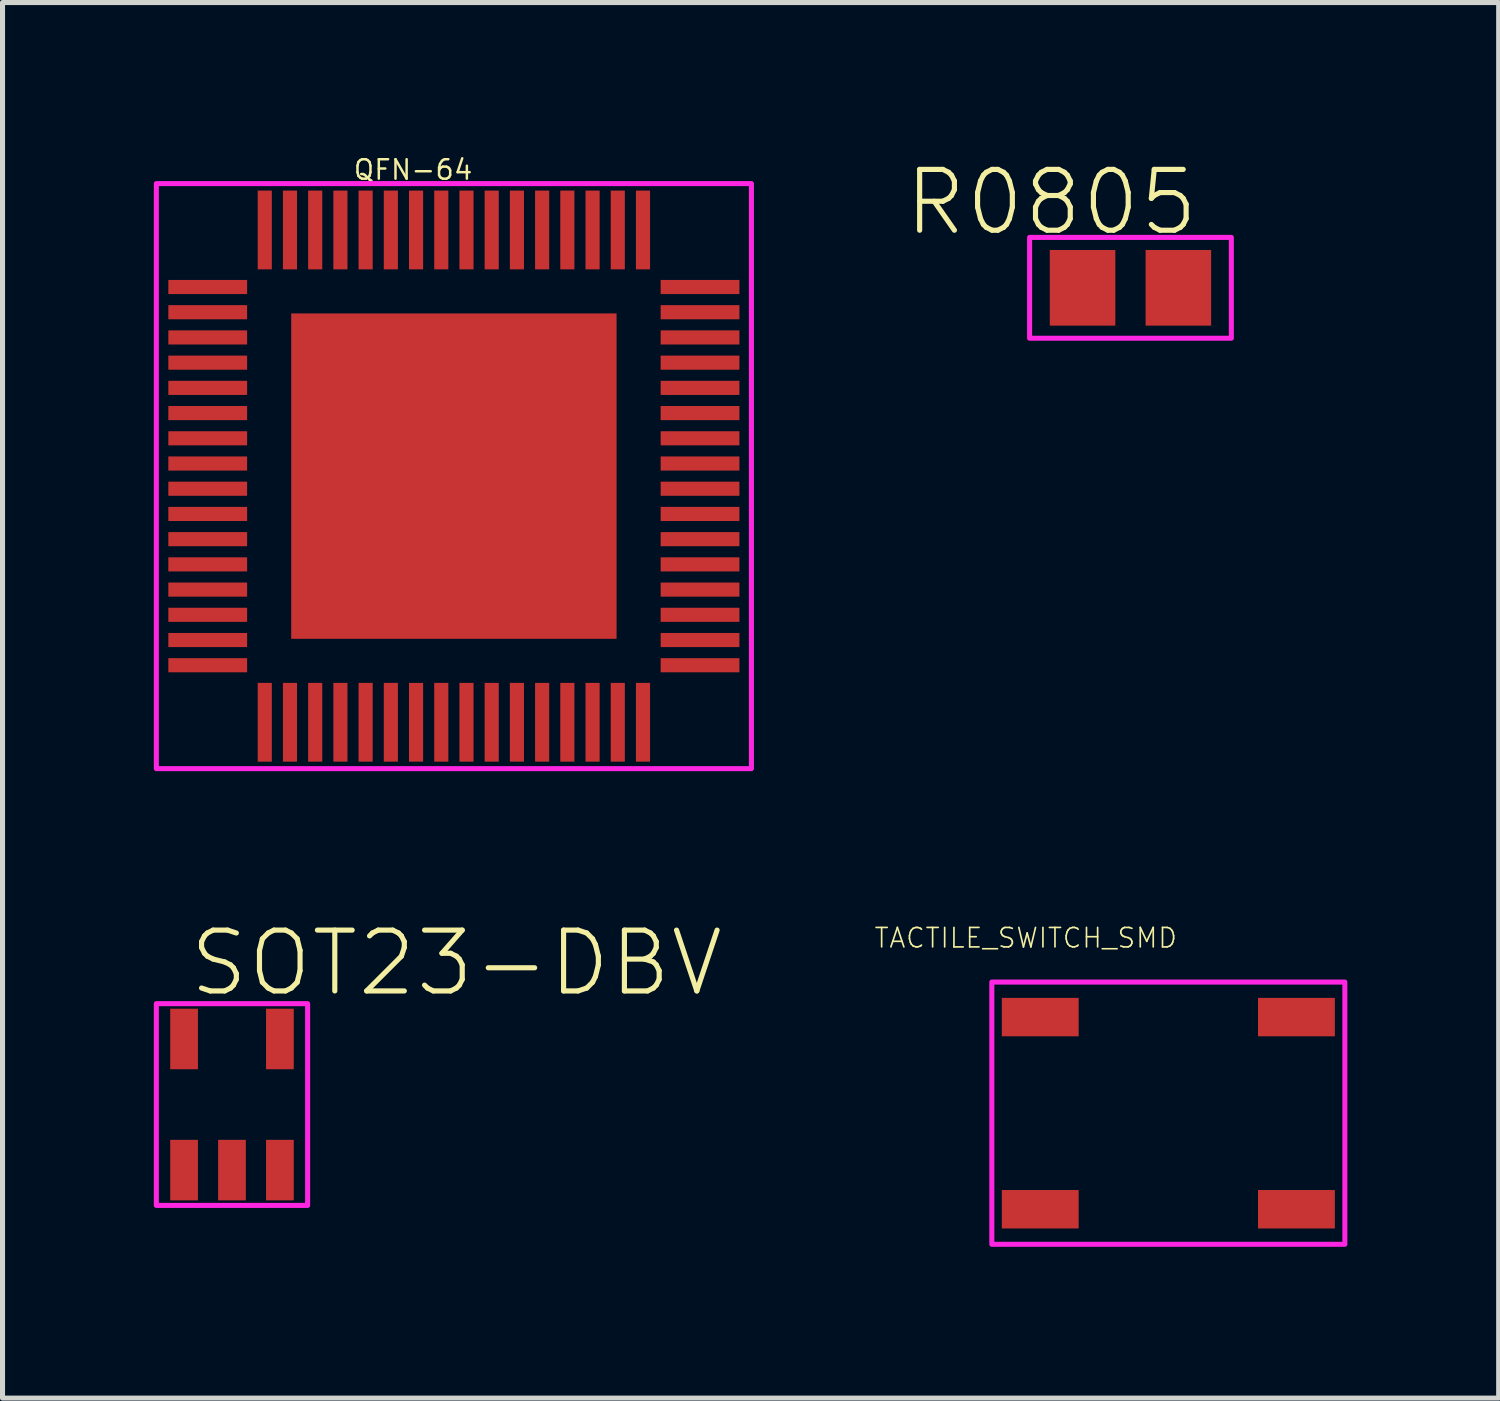
<source format=kicad_pcb>
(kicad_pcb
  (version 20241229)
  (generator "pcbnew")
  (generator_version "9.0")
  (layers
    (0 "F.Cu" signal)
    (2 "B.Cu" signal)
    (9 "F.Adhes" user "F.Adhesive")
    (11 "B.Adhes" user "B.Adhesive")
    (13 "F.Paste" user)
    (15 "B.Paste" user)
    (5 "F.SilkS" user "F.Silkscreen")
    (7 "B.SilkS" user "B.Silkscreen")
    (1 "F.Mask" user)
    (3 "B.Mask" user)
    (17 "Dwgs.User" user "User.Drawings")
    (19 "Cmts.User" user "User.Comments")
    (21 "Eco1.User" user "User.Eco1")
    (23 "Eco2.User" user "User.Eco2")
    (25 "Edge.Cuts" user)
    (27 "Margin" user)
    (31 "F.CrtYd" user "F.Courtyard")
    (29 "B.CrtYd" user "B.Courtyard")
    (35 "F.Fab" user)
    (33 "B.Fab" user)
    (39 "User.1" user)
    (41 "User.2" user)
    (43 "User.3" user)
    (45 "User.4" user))
  (footprint "SOT23-DBV"
    (layer "F.Cu")
    (at 1.55 18.852)
    (property "Reference" "SOT23-DBV" (at -0.9 -2.1 0) (layer "F.SilkS") (effects (font (size 1.206 1.206) (thickness 0.102)) (justify left bottom)))
    (attr through_hole)
    (fp_poly (pts (xy -1.5 -2) (xy 1.5 -2) (xy 1.5 2) (xy -1.5 2)) (stroke (width 0.1) (type solid)) (fill no) (layer "F.CrtYd"))
    (pad "1" smd rect (at -0.95 1.3) (size 0.55 1.2) (layers "F.Cu" "F.Mask" "F.Paste"))
    (pad "2" smd rect (at 0 1.3) (size 0.55 1.2) (layers "F.Cu" "F.Mask" "F.Paste"))
    (pad "3" smd rect (at 0.95 1.3) (size 0.55 1.2) (layers "F.Cu" "F.Mask" "F.Paste"))
    (pad "4" smd rect (at 0.95 -1.3) (size 0.55 1.2) (layers "F.Cu" "F.Mask" "F.Paste"))
    (pad "5" smd rect (at -0.95 -1.3) (size 0.55 1.2) (layers "F.Cu" "F.Mask" "F.Paste")))
  (footprint "TACTILE_SWITCH_SMD"
    (layer "F.Cu")
    (at 20.117 19.023)
    (property "Reference" "TACTILE_SWITCH_SMD" (at 0.2 -3.7 0) (layer "F.SilkS") (effects (font (size 0.386 0.386) (thickness 0.033)) (justify right top)))
    (attr through_hole)
    (fp_poly (pts (xy -3.5 -2.6) (xy 3.5 -2.6) (xy 3.5 2.6) (xy -3.5 2.6)) (stroke (width 0.1) (type solid)) (fill no) (layer "F.CrtYd"))
    (pad "1" smd rect (at -2.54 -1.905 90) (size 0.762 1.524) (layers "F.Cu" "F.Mask" "F.Paste"))
    (pad "2" smd rect (at 2.54 -1.905 90) (size 0.762 1.524) (layers "F.Cu" "F.Mask" "F.Paste"))
    (pad "3" smd rect (at -2.54 1.905 90) (size 0.762 1.524) (layers "F.Cu" "F.Mask" "F.Paste"))
    (pad "4" smd rect (at 2.54 1.905 90) (size 0.762 1.524) (layers "F.Cu" "F.Mask" "F.Paste")))
  (footprint "R0805"
    (layer "F.Cu")
    (at 19.366 2.657)
    (property "Reference" "R0805" (at 1.4 -2.4 0) (layer "F.SilkS") (effects (font (size 1.206 1.206) (thickness 0.102)) (justify right top)))
    (attr through_hole)
    (fp_poly (pts (xy -2 -1) (xy 2 -1) (xy 2 1) (xy -2 1)) (stroke (width 0.1) (type solid)) (fill no) (layer "F.CrtYd"))
    (pad "1" smd rect (at -0.95 0) (size 1.3 1.5) (layers "F.Cu" "F.Mask" "F.Paste"))
    (pad "2" smd rect (at 0.95 0) (size 1.3 1.5) (layers "F.Cu" "F.Mask" "F.Paste")))
  (footprint "QFN-64"
    (layer "F.Cu")
    (at 5.95 6.391)
    (property "Reference" "QFN-64" (at 0.4 -6.3 0) (layer "F.SilkS") (effects (font (size 0.386 0.386) (thickness 0.049)) (justify right top)))
    (attr through_hole)
    (fp_poly (pts (xy -3.3 -1.5) (xy -1.5 -1.5) (xy -1.5 -3.3) (xy -3.3 -3.3)) (stroke (width 0) (type solid)) (fill yes) (layer "F.Paste"))
    (fp_poly (pts (xy -3.3 1) (xy -1.5 1) (xy -1.5 -1) (xy -3.3 -1)) (stroke (width 0) (type solid)) (fill yes) (layer "F.Paste"))
    (fp_poly (pts (xy -3.3 3.3) (xy -1.5 3.3) (xy -1.5 1.5) (xy -3.3 1.5)) (stroke (width 0) (type solid)) (fill yes) (layer "F.Paste"))
    (fp_poly (pts (xy -1 -1.5) (xy 1 -1.5) (xy 1 -3.3) (xy -1 -3.3)) (stroke (width 0) (type solid)) (fill yes) (layer "F.Paste"))
    (fp_poly (pts (xy -1 1) (xy 1 1) (xy 1 -1) (xy -1 -1)) (stroke (width 0) (type solid)) (fill yes) (layer "F.Paste"))
    (fp_poly (pts (xy -1 3.3) (xy 1 3.3) (xy 1 1.5) (xy -1 1.5)) (stroke (width 0) (type solid)) (fill yes) (layer "F.Paste"))
    (fp_poly (pts (xy 1.5 -1.5) (xy 3.3 -1.5) (xy 3.3 -3.3) (xy 1.5 -3.3)) (stroke (width 0) (type solid)) (fill yes) (layer "F.Paste"))
    (fp_poly (pts (xy 1.5 1) (xy 3.3 1) (xy 3.3 -1) (xy 1.5 -1)) (stroke (width 0) (type solid)) (fill yes) (layer "F.Paste"))
    (fp_poly (pts (xy 1.5 3.3) (xy 3.3 3.3) (xy 3.3 1.5) (xy 1.5 1.5)) (stroke (width 0) (type solid)) (fill yes) (layer "F.Paste"))
    (fp_poly (pts (xy -5.9 -5.8) (xy 5.9 -5.8) (xy 5.9 5.8) (xy -5.9 5.8)) (stroke (width 0.1) (type solid)) (fill no) (layer "F.CrtYd"))
    (pad "1" smd rect (at -4.881 -3.75 270) (size 0.28 1.562) (layers "F.Cu" "F.Mask" "F.Paste"))
    (pad "2" smd rect (at -4.881 -3.25 270) (size 0.28 1.562) (layers "F.Cu" "F.Mask" "F.Paste"))
    (pad "3" smd rect (at -4.881 -2.75 270) (size 0.28 1.562) (layers "F.Cu" "F.Mask" "F.Paste"))
    (pad "4" smd rect (at -4.881 -2.25 270) (size 0.28 1.562) (layers "F.Cu" "F.Mask" "F.Paste"))
    (pad "5" smd rect (at -4.881 -1.75 270) (size 0.28 1.562) (layers "F.Cu" "F.Mask" "F.Paste"))
    (pad "6" smd rect (at -4.881 -1.25 270) (size 0.28 1.562) (layers "F.Cu" "F.Mask" "F.Paste"))
    (pad "7" smd rect (at -4.881 -0.75 270) (size 0.28 1.562) (layers "F.Cu" "F.Mask" "F.Paste"))
    (pad "8" smd rect (at -4.881 -0.25 270) (size 0.28 1.562) (layers "F.Cu" "F.Mask" "F.Paste"))
    (pad "9" smd rect (at -4.881 0.25 270) (size 0.28 1.562) (layers "F.Cu" "F.Mask" "F.Paste"))
    (pad "10" smd rect (at -4.881 0.75 270) (size 0.28 1.562) (layers "F.Cu" "F.Mask" "F.Paste"))
    (pad "11" smd rect (at -4.881 1.25 270) (size 0.28 1.562) (layers "F.Cu" "F.Mask" "F.Paste"))
    (pad "12" smd rect (at -4.881 1.75 270) (size 0.28 1.562) (layers "F.Cu" "F.Mask" "F.Paste"))
    (pad "13" smd rect (at -4.881 2.25 270) (size 0.28 1.562) (layers "F.Cu" "F.Mask" "F.Paste"))
    (pad "14" smd rect (at -4.881 2.75 270) (size 0.28 1.562) (layers "F.Cu" "F.Mask" "F.Paste"))
    (pad "15" smd rect (at -4.881 3.25 90) (size 0.28 1.562) (layers "F.Cu" "F.Mask" "F.Paste"))
    (pad "16" smd rect (at -4.881 3.75 90) (size 0.28 1.562) (layers "F.Cu" "F.Mask" "F.Paste"))
    (pad "17" smd rect (at -3.75 4.881 180) (size 0.28 1.562) (layers "F.Cu" "F.Mask" "F.Paste"))
    (pad "18" smd rect (at -3.25 4.881 180) (size 0.28 1.562) (layers "F.Cu" "F.Mask" "F.Paste"))
    (pad "19" smd rect (at -2.75 4.881 180) (size 0.28 1.562) (layers "F.Cu" "F.Mask" "F.Paste"))
    (pad "20" smd rect (at -2.25 4.881 180) (size 0.28 1.562) (layers "F.Cu" "F.Mask" "F.Paste"))
    (pad "21" smd rect (at -1.75 4.881 180) (size 0.28 1.562) (layers "F.Cu" "F.Mask" "F.Paste"))
    (pad "22" smd rect (at -1.25 4.881 180) (size 0.28 1.562) (layers "F.Cu" "F.Mask" "F.Paste"))
    (pad "23" smd rect (at -0.75 4.881 180) (size 0.28 1.562) (layers "F.Cu" "F.Mask" "F.Paste"))
    (pad "24" smd rect (at -0.25 4.881 180) (size 0.28 1.562) (layers "F.Cu" "F.Mask" "F.Paste"))
    (pad "25" smd rect (at 0.25 4.881 180) (size 0.28 1.562) (layers "F.Cu" "F.Mask" "F.Paste"))
    (pad "26" smd rect (at 0.75 4.881 180) (size 0.28 1.562) (layers "F.Cu" "F.Mask" "F.Paste"))
    (pad "27" smd rect (at 1.25 4.881 180) (size 0.28 1.562) (layers "F.Cu" "F.Mask" "F.Paste"))
    (pad "28" smd rect (at 1.75 4.881 180) (size 0.28 1.562) (layers "F.Cu" "F.Mask" "F.Paste"))
    (pad "29" smd rect (at 2.25 4.881) (size 0.28 1.562) (layers "F.Cu" "F.Mask" "F.Paste"))
    (pad "30" smd rect (at 2.75 4.881) (size 0.28 1.562) (layers "F.Cu" "F.Mask" "F.Paste"))
    (pad "31" smd rect (at 3.25 4.881) (size 0.28 1.562) (layers "F.Cu" "F.Mask" "F.Paste"))
    (pad "32" smd rect (at 3.75 4.881) (size 0.28 1.562) (layers "F.Cu" "F.Mask" "F.Paste"))
    (pad "33" smd rect (at 4.881 3.75 90) (size 0.28 1.562) (layers "F.Cu" "F.Mask" "F.Paste"))
    (pad "34" smd rect (at 4.881 3.25 90) (size 0.28 1.562) (layers "F.Cu" "F.Mask" "F.Paste"))
    (pad "35" smd rect (at 4.881 2.75 90) (size 0.28 1.562) (layers "F.Cu" "F.Mask" "F.Paste"))
    (pad "36" smd rect (at 4.881 2.25 90) (size 0.28 1.562) (layers "F.Cu" "F.Mask" "F.Paste"))
    (pad "37" smd rect (at 4.881 1.75 90) (size 0.28 1.562) (layers "F.Cu" "F.Mask" "F.Paste"))
    (pad "38" smd rect (at 4.881 1.25 90) (size 0.28 1.562) (layers "F.Cu" "F.Mask" "F.Paste"))
    (pad "39" smd rect (at 4.881 0.75 90) (size 0.28 1.562) (layers "F.Cu" "F.Mask" "F.Paste"))
    (pad "40" smd rect (at 4.881 0.25 90) (size 0.28 1.562) (layers "F.Cu" "F.Mask" "F.Paste"))
    (pad "41" smd rect (at 4.881 -0.25 90) (size 0.28 1.562) (layers "F.Cu" "F.Mask" "F.Paste"))
    (pad "42" smd rect (at 4.881 -0.75 90) (size 0.28 1.562) (layers "F.Cu" "F.Mask" "F.Paste"))
    (pad "43" smd rect (at 4.881 -1.25 90) (size 0.28 1.562) (layers "F.Cu" "F.Mask" "F.Paste"))
    (pad "44" smd rect (at 4.881 -1.75 90) (size 0.28 1.562) (layers "F.Cu" "F.Mask" "F.Paste"))
    (pad "45" smd rect (at 4.881 -2.25 90) (size 0.28 1.562) (layers "F.Cu" "F.Mask" "F.Paste"))
    (pad "46" smd rect (at 4.881 -2.75 90) (size 0.28 1.562) (layers "F.Cu" "F.Mask" "F.Paste"))
    (pad "47" smd rect (at 4.881 -3.25 90) (size 0.28 1.562) (layers "F.Cu" "F.Mask" "F.Paste"))
    (pad "48" smd rect (at 4.881 -3.75 90) (size 0.28 1.562) (layers "F.Cu" "F.Mask" "F.Paste"))
    (pad "49" smd rect (at 3.75 -4.881) (size 0.28 1.562) (layers "F.Cu" "F.Mask" "F.Paste"))
    (pad "50" smd rect (at 3.25 -4.881) (size 0.28 1.562) (layers "F.Cu" "F.Mask" "F.Paste"))
    (pad "51" smd rect (at 2.75 -4.881) (size 0.28 1.562) (layers "F.Cu" "F.Mask" "F.Paste"))
    (pad "52" smd rect (at 2.25 -4.881) (size 0.28 1.562) (layers "F.Cu" "F.Mask" "F.Paste"))
    (pad "53" smd rect (at 1.75 -4.881) (size 0.28 1.562) (layers "F.Cu" "F.Mask" "F.Paste"))
    (pad "54" smd rect (at 1.25 -4.881) (size 0.28 1.562) (layers "F.Cu" "F.Mask" "F.Paste"))
    (pad "55" smd rect (at 0.75 -4.881) (size 0.28 1.562) (layers "F.Cu" "F.Mask" "F.Paste"))
    (pad "56" smd rect (at 0.25 -4.881) (size 0.28 1.562) (layers "F.Cu" "F.Mask" "F.Paste"))
    (pad "57" smd rect (at -0.25 -4.881) (size 0.28 1.562) (layers "F.Cu" "F.Mask" "F.Paste"))
    (pad "58" smd rect (at -0.75 -4.881) (size 0.28 1.562) (layers "F.Cu" "F.Mask" "F.Paste"))
    (pad "59" smd rect (at -1.25 -4.881) (size 0.28 1.562) (layers "F.Cu" "F.Mask" "F.Paste"))
    (pad "60" smd rect (at -1.75 -4.881) (size 0.28 1.562) (layers "F.Cu" "F.Mask" "F.Paste"))
    (pad "61" smd rect (at -2.25 -4.881) (size 0.28 1.562) (layers "F.Cu" "F.Mask" "F.Paste"))
    (pad "62" smd rect (at -2.75 -4.881) (size 0.28 1.562) (layers "F.Cu" "F.Mask" "F.Paste"))
    (pad "63" smd rect (at -3.25 -4.881) (size 0.28 1.562) (layers "F.Cu" "F.Mask" "F.Paste"))
    (pad "64" smd rect (at -3.75 -4.881) (size 0.28 1.562) (layers "F.Cu" "F.Mask" "F.Paste"))
    (pad "65" smd rect (at 0 0 90) (size 6.452 6.452) (layers "F.Cu" "F.Mask")))
  (gr_rect
    (start -3 -3)
    (end 26.667 24.673)
    (stroke (width 0.1) (type default))
    (fill no)
    (layer "Edge.Cuts")))
</source>
